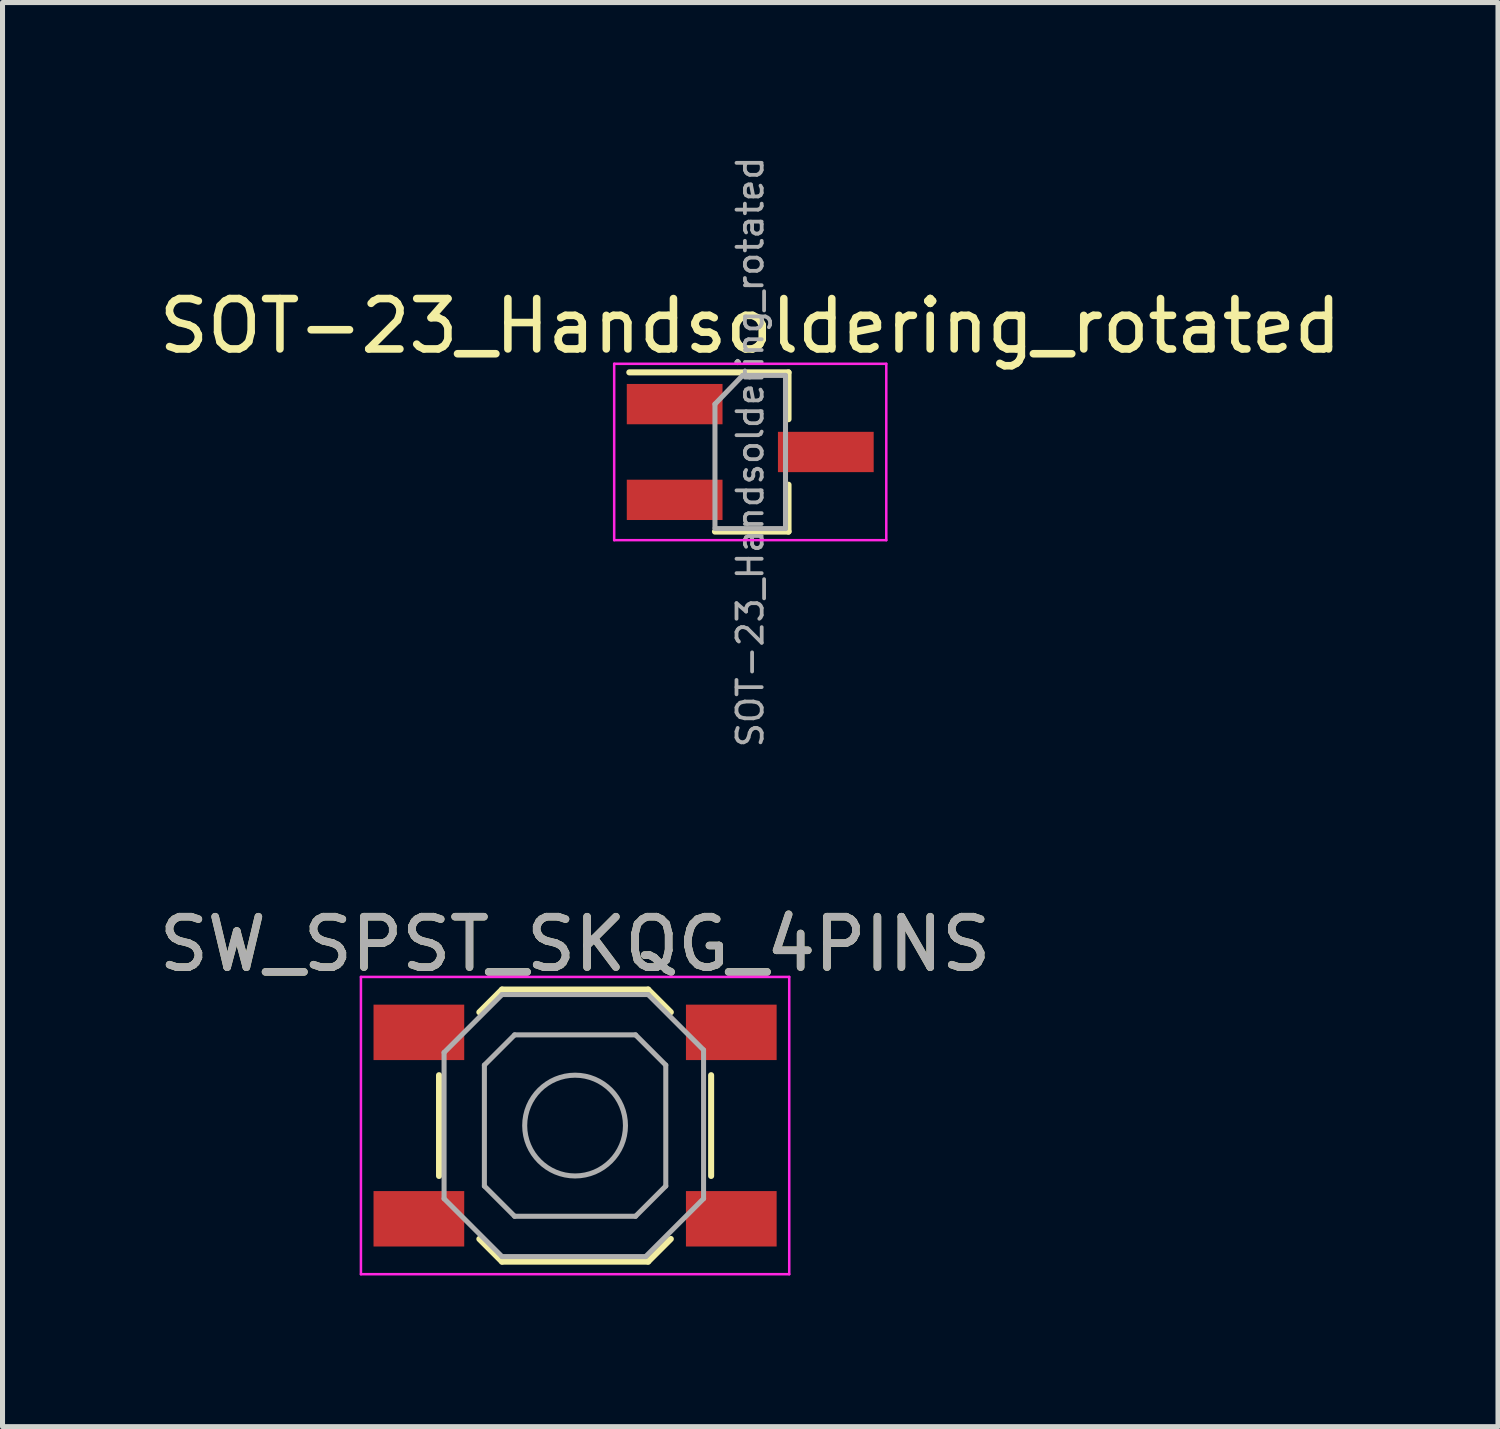
<source format=kicad_pcb>
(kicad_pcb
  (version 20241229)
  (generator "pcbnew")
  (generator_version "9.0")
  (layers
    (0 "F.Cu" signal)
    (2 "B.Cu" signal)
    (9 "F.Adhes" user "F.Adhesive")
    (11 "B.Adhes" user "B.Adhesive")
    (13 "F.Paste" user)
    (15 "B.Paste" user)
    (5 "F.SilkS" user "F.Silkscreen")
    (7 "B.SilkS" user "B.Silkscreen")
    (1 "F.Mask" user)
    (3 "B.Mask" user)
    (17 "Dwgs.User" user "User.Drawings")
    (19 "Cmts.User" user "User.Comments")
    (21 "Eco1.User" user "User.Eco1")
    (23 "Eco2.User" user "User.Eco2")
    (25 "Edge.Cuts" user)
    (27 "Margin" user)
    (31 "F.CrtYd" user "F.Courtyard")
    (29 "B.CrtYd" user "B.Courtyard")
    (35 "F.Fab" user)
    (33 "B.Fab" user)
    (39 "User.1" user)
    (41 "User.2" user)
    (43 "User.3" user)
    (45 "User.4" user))
  (footprint "SOT-23_Handsoldering_rotated"
    (layer "F.Cu")
    (at 11.839 5.92)
    (property "Reference" "SOT-23_Handsoldering_rotated" (at 0 -2.5 0) (layer "F.SilkS") (effects (font (size 1 1) (thickness 0.15))))
    (attr smd)
    (fp_line (start 0.76 -1.58) (end -2.4 -1.58) (stroke (width 0.12) (type solid)) (layer "F.SilkS"))
    (fp_line (start 0.76 -1.58) (end 0.76 -0.65) (stroke (width 0.12) (type solid)) (layer "F.SilkS"))
    (fp_line (start 0.76 1.58) (end -0.7 1.58) (stroke (width 0.12) (type solid)) (layer "F.SilkS"))
    (fp_line (start 0.76 1.58) (end 0.76 0.65) (stroke (width 0.12) (type solid)) (layer "F.SilkS"))
    (fp_line (start -2.7 -1.75) (end 2.7 -1.75) (stroke (width 0.05) (type solid)) (layer "F.CrtYd"))
    (fp_line (start -2.7 1.75) (end -2.7 -1.75) (stroke (width 0.05) (type solid)) (layer "F.CrtYd"))
    (fp_line (start 2.7 -1.75) (end 2.7 1.75) (stroke (width 0.05) (type solid)) (layer "F.CrtYd"))
    (fp_line (start 2.7 1.75) (end -2.7 1.75) (stroke (width 0.05) (type solid)) (layer "F.CrtYd"))
    (fp_line (start -0.7 -0.95) (end -0.7 1.5) (stroke (width 0.1) (type solid)) (layer "F.Fab"))
    (fp_line (start -0.7 -0.95) (end -0.15 -1.52) (stroke (width 0.1) (type solid)) (layer "F.Fab"))
    (fp_line (start -0.7 1.52) (end 0.7 1.52) (stroke (width 0.1) (type solid)) (layer "F.Fab"))
    (fp_line (start -0.15 -1.52) (end 0.7 -1.52) (stroke (width 0.1) (type solid)) (layer "F.Fab"))
    (fp_line (start 0.7 -1.52) (end 0.7 1.52) (stroke (width 0.1) (type solid)) (layer "F.Fab"))
    (fp_text user "${REFERENCE}" (at 0 0 90) (layer "F.Fab") (effects (font (size 0.5 0.5) (thickness 0.075))))
    (pad "1" smd rect (at -1.5 -0.95) (size 1.9 0.8) (layers "F.Cu" "F.Mask" "F.Paste"))
    (pad "2" smd rect (at -1.5 0.95) (size 1.9 0.8) (layers "F.Cu" "F.Mask" "F.Paste"))
    (pad "3" smd rect (at 1.5 0) (size 1.9 0.8) (layers "F.Cu" "F.Mask" "F.Paste")))
  (footprint "SW_SPST_SKQG_4PINS"
    (layer "F.Cu")
    (at 8.363 19.288)
    (property "Reference" "SW_SPST_SKQG_4PINS" (at 0 -3.6 0) (layer "F.SilkS") (effects (font (size 1 1) (thickness 0.15))))
    (attr smd)
    (fp_line (start -2.7 1) (end -2.7 -1) (stroke (width 0.12) (type solid)) (layer "F.SilkS"))
    (fp_line (start -1.9 -2.25) (end -1.45 -2.7) (stroke (width 0.12) (type solid)) (layer "F.SilkS"))
    (fp_line (start -1.45 -2.7) (end 1.45 -2.7) (stroke (width 0.12) (type solid)) (layer "F.SilkS"))
    (fp_line (start -1.45 2.7) (end -1.9 2.25) (stroke (width 0.12) (type solid)) (layer "F.SilkS"))
    (fp_line (start 1.45 -2.7) (end 1.9 -2.25) (stroke (width 0.12) (type solid)) (layer "F.SilkS"))
    (fp_line (start 1.45 2.7) (end -1.45 2.7) (stroke (width 0.12) (type solid)) (layer "F.SilkS"))
    (fp_line (start 1.9 2.25) (end 1.45 2.7) (stroke (width 0.12) (type solid)) (layer "F.SilkS"))
    (fp_line (start 2.7 -1) (end 2.7 1) (stroke (width 0.12) (type solid)) (layer "F.SilkS"))
    (fp_line (start -4.25 -2.95) (end -4.25 2.95) (stroke (width 0.05) (type solid)) (layer "F.CrtYd"))
    (fp_line (start -4.25 2.95) (end 4.25 2.95) (stroke (width 0.05) (type solid)) (layer "F.CrtYd"))
    (fp_line (start 4.25 -2.95) (end -4.25 -2.95) (stroke (width 0.05) (type solid)) (layer "F.CrtYd"))
    (fp_line (start 4.25 2.95) (end 4.25 -2.95) (stroke (width 0.05) (type solid)) (layer "F.CrtYd"))
    (fp_line (start -2.6 -1.45) (end -1.45 -2.6) (stroke (width 0.1) (type solid)) (layer "F.Fab"))
    (fp_line (start -2.6 1.45) (end -2.6 -1.45) (stroke (width 0.1) (type solid)) (layer "F.Fab"))
    (fp_line (start -1.8 -1.2) (end -1.2 -1.8) (stroke (width 0.1) (type solid)) (layer "F.Fab"))
    (fp_line (start -1.8 1.2) (end -1.8 -1.2) (stroke (width 0.1) (type solid)) (layer "F.Fab"))
    (fp_line (start -1.45 -2.6) (end 1.45 -2.6) (stroke (width 0.1) (type solid)) (layer "F.Fab"))
    (fp_line (start -1.45 2.6) (end -2.6 1.45) (stroke (width 0.1) (type solid)) (layer "F.Fab"))
    (fp_line (start -1.2 -1.8) (end 1.2 -1.8) (stroke (width 0.1) (type solid)) (layer "F.Fab"))
    (fp_line (start -1.2 1.8) (end -1.8 1.2) (stroke (width 0.1) (type solid)) (layer "F.Fab"))
    (fp_line (start 1.2 -1.8) (end 1.8 -1.2) (stroke (width 0.1) (type solid)) (layer "F.Fab"))
    (fp_line (start 1.2 1.8) (end -1.2 1.8) (stroke (width 0.1) (type solid)) (layer "F.Fab"))
    (fp_line (start 1.4 2.6) (end -1.45 2.6) (stroke (width 0.1) (type solid)) (layer "F.Fab"))
    (fp_line (start 1.45 -2.6) (end 2.55 -1.5) (stroke (width 0.1) (type solid)) (layer "F.Fab"))
    (fp_line (start 1.8 -1.2) (end 1.8 1.2) (stroke (width 0.1) (type solid)) (layer "F.Fab"))
    (fp_line (start 1.8 1.2) (end 1.2 1.8) (stroke (width 0.1) (type solid)) (layer "F.Fab"))
    (fp_line (start 2.55 -1.5) (end 2.55 1.45) (stroke (width 0.1) (type solid)) (layer "F.Fab"))
    (fp_line (start 2.55 1.45) (end 1.4 2.6) (stroke (width 0.1) (type solid)) (layer "F.Fab"))
    (fp_circle (center 0 0) (end 1 0) (stroke (width 0.1) (type solid)) (fill no) (layer "F.Fab"))
    (fp_text user "${REFERENCE}" (at 0 -3.6 0) (layer "F.Fab") (effects (font (size 1 1) (thickness 0.15))))
    (pad "" smd rect (at 3.1 -1.85) (size 1.8 1.1) (layers "F.Cu" "F.Mask" "F.Paste"))
    (pad "" smd rect (at 3.1 1.85) (size 1.8 1.1) (layers "F.Cu" "F.Mask" "F.Paste"))
    (pad "1" smd rect (at -3.1 -1.85) (size 1.8 1.1) (layers "F.Cu" "F.Mask" "F.Paste"))
    (pad "2" smd rect (at -3.1 1.85) (size 1.8 1.1) (layers "F.Cu" "F.Mask" "F.Paste")))
  (gr_rect
    (start -3 -3)
    (end 26.679 25.263)
    (stroke (width 0.1) (type default))
    (fill no)
    (layer "Edge.Cuts")))
</source>
